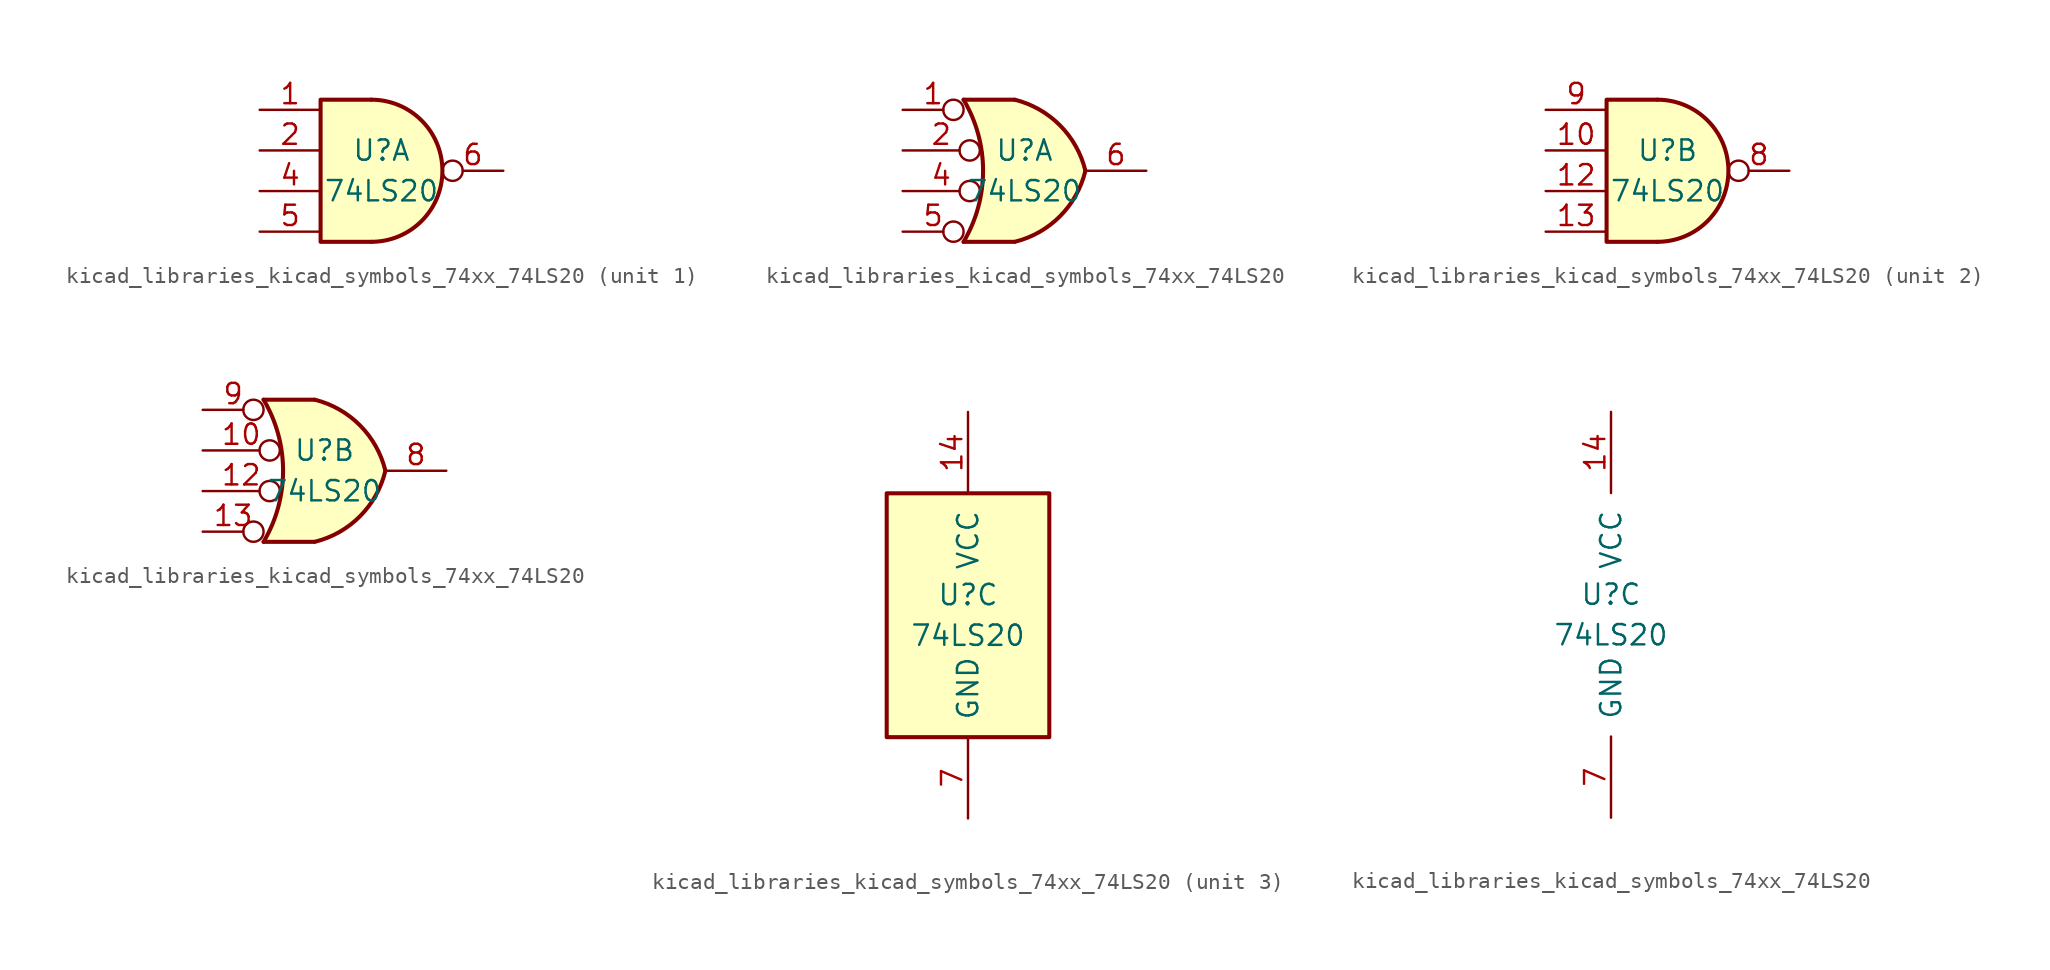
<source format=kicad_sym>
(kicad_symbol_lib
  (version 20220914)
  (generator kicad_symbol_editor)
  (symbol "kicad_libraries_kicad_symbols_74xx_74LS20"
    (pin_names
      (offset 1.016))
    (property "Reference" "U"
      (at 0 1.27 0)
      (effects (font (size 1.27 1.27))))
    (property "Value" "74LS20"
      (at 0 -1.27 0)
      (effects (font (size 1.27 1.27))))
    (property "ki_locked" ""
      (at 0 0 0)
      (effects (font (size 1.27 1.27))))
    (symbol "kicad_libraries_kicad_symbols_74xx_74LS20_1_1"
      (arc (start -0.635 -4.445) (mid 3.7907 0) (end -0.635 4.445) (stroke (width 0.254) (type default)) (fill (type background)))
      (polyline (pts (xy -0.635 4.445) (xy -3.81 4.445) (xy -3.81 -4.445) (xy -0.635 -4.445)) (stroke (width 0.254) (type default)) (fill (type background)))
      (pin input line (at -7.62 3.81 0) (length 3.81) (name "~" (effects (font (size 1.27 1.27)))) (number "1" (effects (font (size 1.27 1.27)))))
      (pin input line (at -7.62 1.27 0) (length 3.81) (name "~" (effects (font (size 1.27 1.27)))) (number "2" (effects (font (size 1.27 1.27)))))
      (pin input line (at -7.62 -1.27 0) (length 3.81) (name "~" (effects (font (size 1.27 1.27)))) (number "4" (effects (font (size 1.27 1.27)))))
      (pin input line (at -7.62 -3.81 0) (length 3.81) (name "~" (effects (font (size 1.27 1.27)))) (number "5" (effects (font (size 1.27 1.27)))))
      (pin output inverted (at 7.62 0 180) (length 3.81) (name "~" (effects (font (size 1.27 1.27)))) (number "6" (effects (font (size 1.27 1.27))))))
    (symbol "kicad_libraries_kicad_symbols_74xx_74LS20_1_2"
      (arc (start -3.81 -4.445) (mid -2.5908 0) (end -3.81 4.445) (stroke (width 0.254) (type default)) (fill (type none)))
      (arc (start -0.6096 -4.445) (mid 2.2246 -2.8422) (end 3.81 0) (stroke (width 0.254) (type default)) (fill (type background)))
      (polyline (pts (xy -3.81 -4.445) (xy -0.635 -4.445)) (stroke (width 0.254) (type default)) (fill (type background)))
      (polyline (pts (xy -3.81 4.445) (xy -0.635 4.445)) (stroke (width 0.254) (type default)) (fill (type background)))
      (polyline (pts (xy -0.635 4.445) (xy -3.81 4.445) (xy -3.81 4.445) (xy -3.632 4.089) (xy -3.099 2.921) (xy -2.769 1.676) (xy -2.616 0.432) (xy -2.642 -0.864) (xy -2.87 -2.108) (xy -3.251 -3.327) (xy -3.81 -4.445) (xy -3.81 -4.445) (xy -0.635 -4.445)) (stroke (width -25.4) (type default)) (fill (type background)))
      (arc (start 3.81 0) (mid 2.2204 2.8379) (end -0.6096 4.445) (stroke (width 0.254) (type default)) (fill (type background)))
      (pin input inverted (at -7.62 3.81 0) (length 3.81) (name "~" (effects (font (size 1.27 1.27)))) (number "1" (effects (font (size 1.27 1.27)))))
      (pin input inverted (at -7.62 1.27 0) (length 4.826) (name "~" (effects (font (size 1.27 1.27)))) (number "2" (effects (font (size 1.27 1.27)))))
      (pin input inverted (at -7.62 -1.27 0) (length 4.826) (name "~" (effects (font (size 1.27 1.27)))) (number "4" (effects (font (size 1.27 1.27)))))
      (pin input inverted (at -7.62 -3.81 0) (length 3.81) (name "~" (effects (font (size 1.27 1.27)))) (number "5" (effects (font (size 1.27 1.27)))))
      (pin output line (at 7.62 0 180) (length 3.81) (name "~" (effects (font (size 1.27 1.27)))) (number "6" (effects (font (size 1.27 1.27))))))
    (symbol "kicad_libraries_kicad_symbols_74xx_74LS20_2_1"
      (arc (start -0.635 -4.445) (mid 3.7907 0) (end -0.635 4.445) (stroke (width 0.254) (type default)) (fill (type background)))
      (polyline (pts (xy -0.635 4.445) (xy -3.81 4.445) (xy -3.81 -4.445) (xy -0.635 -4.445)) (stroke (width 0.254) (type default)) (fill (type background)))
      (pin input line (at -7.62 1.27 0) (length 3.81) (name "~" (effects (font (size 1.27 1.27)))) (number "10" (effects (font (size 1.27 1.27)))))
      (pin input line (at -7.62 -1.27 0) (length 3.81) (name "~" (effects (font (size 1.27 1.27)))) (number "12" (effects (font (size 1.27 1.27)))))
      (pin input line (at -7.62 -3.81 0) (length 3.81) (name "~" (effects (font (size 1.27 1.27)))) (number "13" (effects (font (size 1.27 1.27)))))
      (pin output inverted (at 7.62 0 180) (length 3.81) (name "~" (effects (font (size 1.27 1.27)))) (number "8" (effects (font (size 1.27 1.27)))))
      (pin input line (at -7.62 3.81 0) (length 3.81) (name "~" (effects (font (size 1.27 1.27)))) (number "9" (effects (font (size 1.27 1.27))))))
    (symbol "kicad_libraries_kicad_symbols_74xx_74LS20_2_2"
      (arc (start -3.81 -4.445) (mid -2.5908 0) (end -3.81 4.445) (stroke (width 0.254) (type default)) (fill (type none)))
      (arc (start -0.6096 -4.445) (mid 2.2246 -2.8422) (end 3.81 0) (stroke (width 0.254) (type default)) (fill (type background)))
      (polyline (pts (xy -3.81 -4.445) (xy -0.635 -4.445)) (stroke (width 0.254) (type default)) (fill (type background)))
      (polyline (pts (xy -3.81 4.445) (xy -0.635 4.445)) (stroke (width 0.254) (type default)) (fill (type background)))
      (polyline (pts (xy -0.635 4.445) (xy -3.81 4.445) (xy -3.81 4.445) (xy -3.632 4.089) (xy -3.099 2.921) (xy -2.769 1.676) (xy -2.616 0.432) (xy -2.642 -0.864) (xy -2.87 -2.108) (xy -3.251 -3.327) (xy -3.81 -4.445) (xy -3.81 -4.445) (xy -0.635 -4.445)) (stroke (width -25.4) (type default)) (fill (type background)))
      (arc (start 3.81 0) (mid 2.2204 2.8379) (end -0.6096 4.445) (stroke (width 0.254) (type default)) (fill (type background)))
      (pin input inverted (at -7.62 1.27 0) (length 4.826) (name "~" (effects (font (size 1.27 1.27)))) (number "10" (effects (font (size 1.27 1.27)))))
      (pin input inverted (at -7.62 -1.27 0) (length 4.826) (name "~" (effects (font (size 1.27 1.27)))) (number "12" (effects (font (size 1.27 1.27)))))
      (pin input inverted (at -7.62 -3.81 0) (length 3.81) (name "~" (effects (font (size 1.27 1.27)))) (number "13" (effects (font (size 1.27 1.27)))))
      (pin output line (at 7.62 0 180) (length 3.81) (name "~" (effects (font (size 1.27 1.27)))) (number "8" (effects (font (size 1.27 1.27)))))
      (pin input inverted (at -7.62 3.81 0) (length 3.81) (name "~" (effects (font (size 1.27 1.27)))) (number "9" (effects (font (size 1.27 1.27))))))
    (symbol "kicad_libraries_kicad_symbols_74xx_74LS20_3_0"
      (pin power_in line (at 0 12.7 270) (length 5.08) (name "VCC" (effects (font (size 1.27 1.27)))) (number "14" (effects (font (size 1.27 1.27)))))
      (pin power_in line (at 0 -12.7 90) (length 5.08) (name "GND" (effects (font (size 1.27 1.27)))) (number "7" (effects (font (size 1.27 1.27))))))
    (symbol "kicad_libraries_kicad_symbols_74xx_74LS20_3_1"
      (rectangle (start -5.08 7.62) (end 5.08 -7.62) (stroke (width 0.254) (type default)) (fill (type background))))))
</source>
